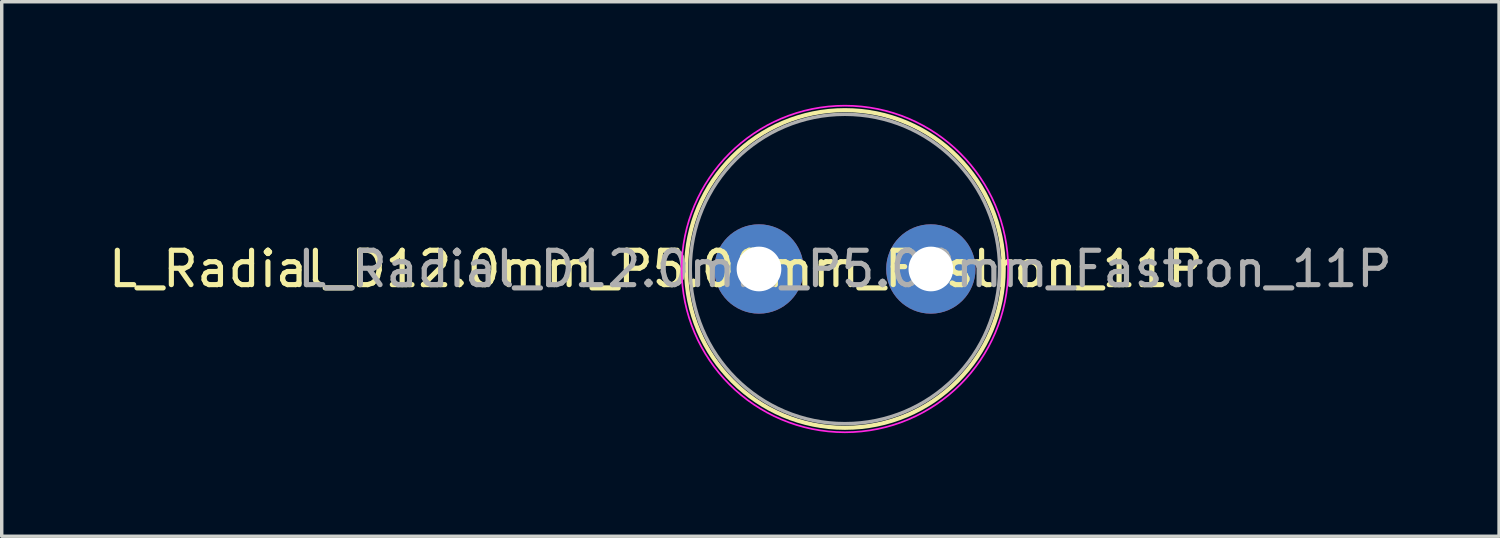
<source format=kicad_pcb>
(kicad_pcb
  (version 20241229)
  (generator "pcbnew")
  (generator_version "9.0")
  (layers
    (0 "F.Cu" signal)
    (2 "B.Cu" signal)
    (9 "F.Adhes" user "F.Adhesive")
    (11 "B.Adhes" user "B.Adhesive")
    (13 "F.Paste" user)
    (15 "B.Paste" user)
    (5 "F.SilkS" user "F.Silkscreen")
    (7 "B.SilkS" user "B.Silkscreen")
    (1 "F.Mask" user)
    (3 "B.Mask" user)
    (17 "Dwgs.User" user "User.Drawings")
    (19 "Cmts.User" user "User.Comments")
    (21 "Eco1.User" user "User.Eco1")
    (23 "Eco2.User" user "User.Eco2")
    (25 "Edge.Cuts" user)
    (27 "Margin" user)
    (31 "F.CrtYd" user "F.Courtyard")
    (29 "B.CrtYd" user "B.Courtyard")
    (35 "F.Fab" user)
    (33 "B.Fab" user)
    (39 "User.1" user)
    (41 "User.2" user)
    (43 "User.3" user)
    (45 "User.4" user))
  (footprint "L_Radial_D12.0mm_P5.00mm_Fastron_11P"
    (layer "F.Cu")
    (at 19.03 4.775)
    (property "Reference" "L_Radial_D12.0mm_P5.00mm_Fastron_11P" (at -3 0 0) (layer "F.SilkS") (effects (font (size 1 1) (thickness 0.15))))
    (attr through_hole)
    (fp_circle (center 2.5 0) (end 7.12 0) (stroke (width 0.12) (type solid)) (fill no) (layer "F.SilkS"))
    (fp_circle (center 2.5 0) (end 7.25 0) (stroke (width 0.05) (type solid)) (fill no) (layer "F.CrtYd"))
    (fp_circle (center 2.5 0) (end 7 0) (stroke (width 0.1) (type solid)) (fill no) (layer "F.Fab"))
    (fp_text user "${REFERENCE}" (at 2.5 0 0) (layer "F.Fab") (effects (font (size 1 1) (thickness 0.15))))
    (pad "1" thru_hole circle (at 0 0) (size 2.6 2.6) (drill 1.3) (layers "*.Cu" "*.Mask"))
    (pad "2" thru_hole circle (at 5 0) (size 2.6 2.6) (drill 1.3) (layers "*.Cu" "*.Mask")))
  (gr_rect
    (start -3 -3)
    (end 40.56 12.55)
    (stroke (width 0.1) (type default))
    (fill no)
    (layer "Edge.Cuts")))
</source>
